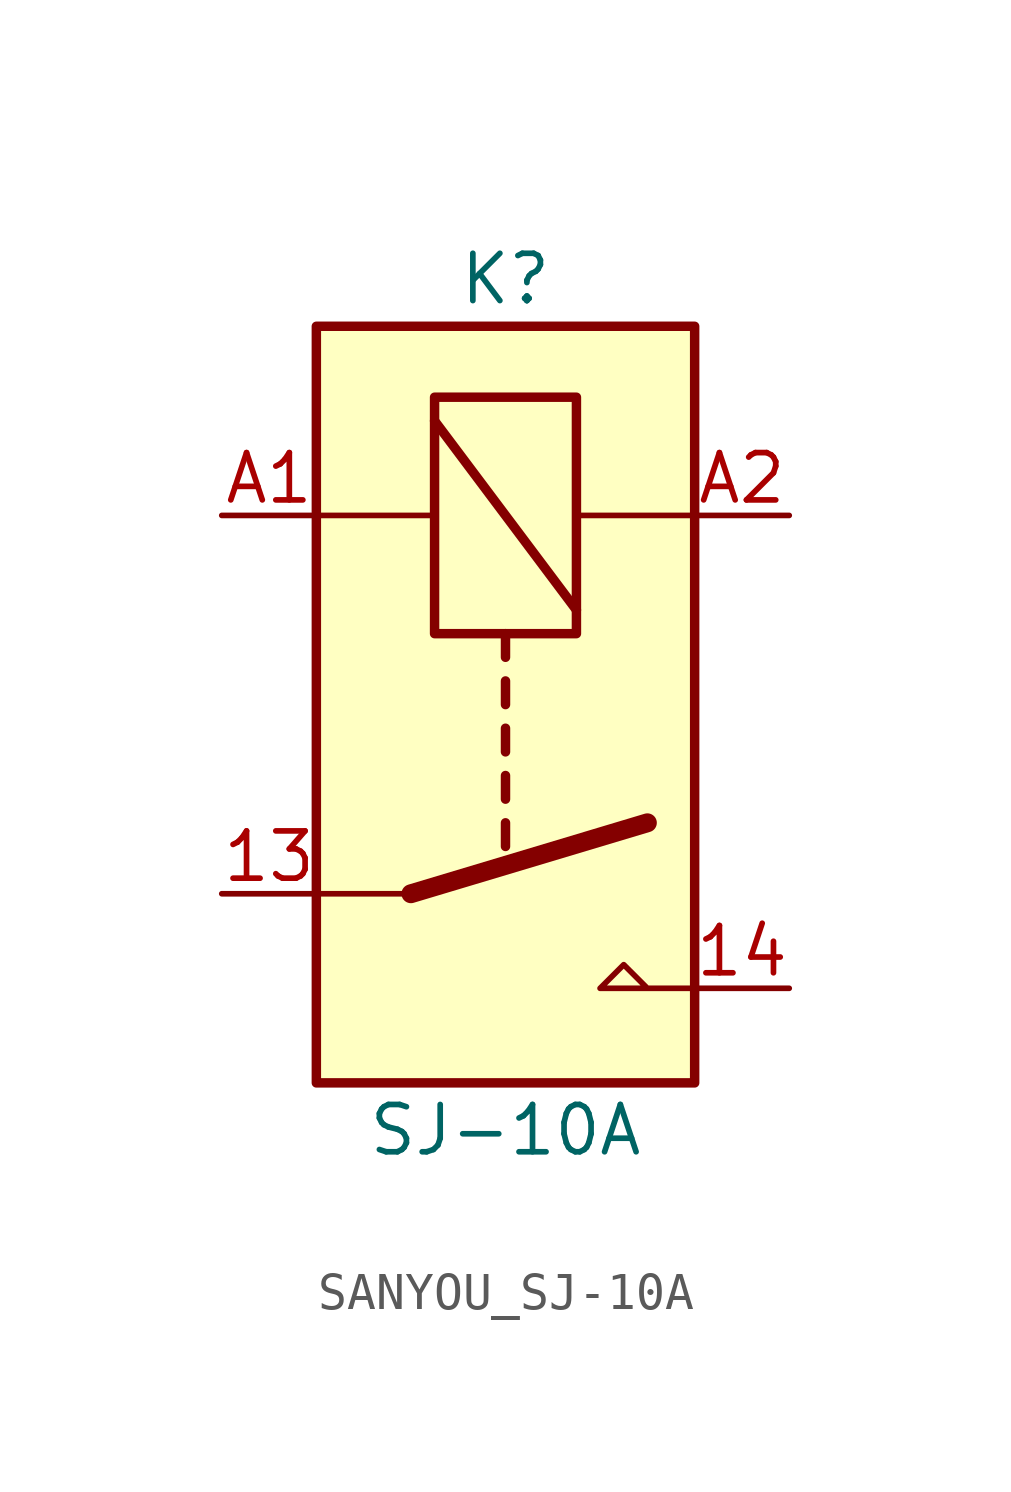
<source format=kicad_sym>
(kicad_symbol_lib
  (version 20220914)
  (generator kicad_symbol_editor)
  (symbol "SANYOU_SJ-10A"
    (property "Reference" "K"
      (at 5.08 1.27 0)
      (effects (font (size 1.27 1.27))))
    (property "Value" "SJ-10A"
      (at 5.08 -21.59 0)
      (effects (font (size 1.27 1.27))))
    (symbol "SANYOU_SJ-10A_0_0"
      (polyline (pts (xy 10.16 -17.78) (xy 7.62 -17.78) (xy 8.255 -17.145) (xy 8.89 -17.78)) (stroke (width 0) (type default)) (fill (type none))))
    (symbol "SANYOU_SJ-10A_0_1"
      (polyline (pts (xy 0 -5.08) (xy 3.175 -5.08)) (stroke (width 0) (type default)) (fill (type none)))
      (polyline (pts (xy 2.54 -15.24) (xy 0 -15.24)) (stroke (width 0) (type default)) (fill (type none)))
      (polyline (pts (xy 2.54 -15.24) (xy 8.89 -13.335)) (stroke (width 0.508) (type default)) (fill (type none)))
      (polyline (pts (xy 3.175 -2.54) (xy 6.985 -7.62)) (stroke (width 0.254) (type default)) (fill (type none)))
      (polyline (pts (xy 5.08 -13.335) (xy 5.08 -13.97)) (stroke (width 0.254) (type default)) (fill (type none)))
      (polyline (pts (xy 5.08 -12.065) (xy 5.08 -12.7)) (stroke (width 0.254) (type default)) (fill (type none)))
      (polyline (pts (xy 5.08 -10.795) (xy 5.08 -11.43)) (stroke (width 0.254) (type default)) (fill (type none)))
      (polyline (pts (xy 5.08 -9.525) (xy 5.08 -10.16)) (stroke (width 0.254) (type default)) (fill (type none)))
      (polyline (pts (xy 5.08 -8.255) (xy 5.08 -8.89)) (stroke (width 0.254) (type default)) (fill (type none)))
      (polyline (pts (xy 10.16 -5.08) (xy 6.985 -5.08)) (stroke (width 0) (type default)) (fill (type none)))
      (rectangle (start 0 0) (end 10.16 -20.32) (stroke (width 0.254) (type default)) (fill (type background)))
      (rectangle (start 6.985 -1.905) (end 3.175 -8.255) (stroke (width 0.254) (type default)) (fill (type none))))
    (symbol "SANYOU_SJ-10A_1_1"
      (pin passive line (at -2.54 -15.24 0) (length 2.54) (name "~" (effects (font (size 1.27 1.27)))) (number "13" (effects (font (size 1.27 1.27)))))
      (pin passive line (at 12.7 -17.78 180) (length 2.54) (name "~" (effects (font (size 1.27 1.27)))) (number "14" (effects (font (size 1.27 1.27)))))
      (pin passive line (at -2.54 -5.08 0) (length 2.54) (name "~" (effects (font (size 1.27 1.27)))) (number "A1" (effects (font (size 1.27 1.27)))))
      (pin passive line (at 12.7 -5.08 180) (length 2.54) (name "~" (effects (font (size 1.27 1.27)))) (number "A2" (effects (font (size 1.27 1.27))))))))
</source>
